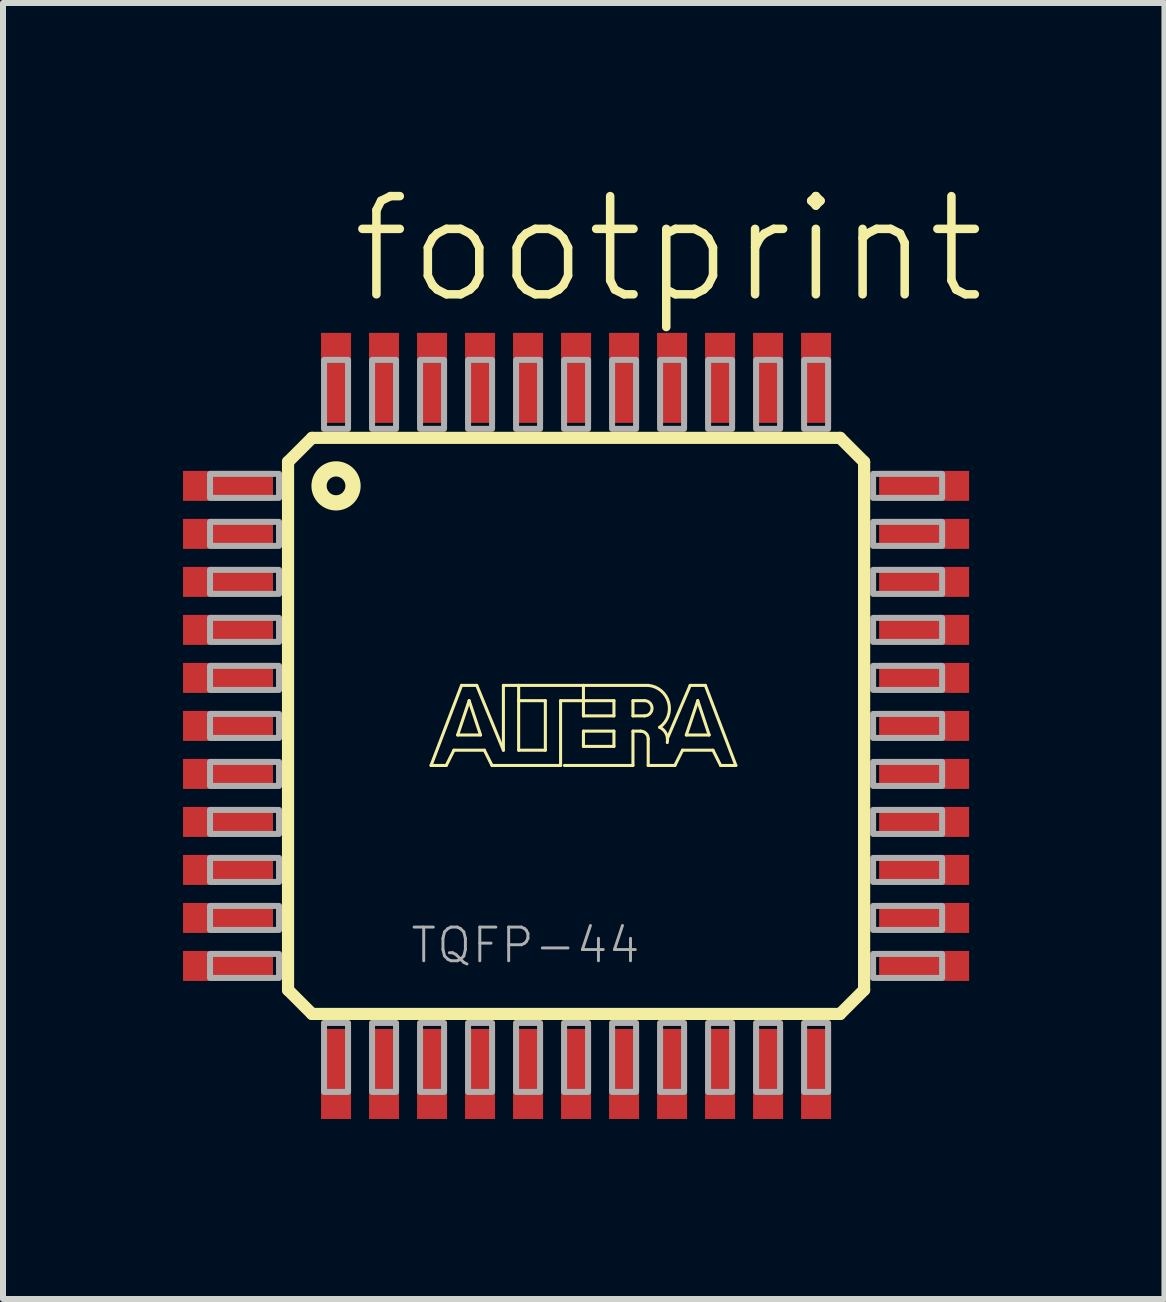
<source format=kicad_pcb>
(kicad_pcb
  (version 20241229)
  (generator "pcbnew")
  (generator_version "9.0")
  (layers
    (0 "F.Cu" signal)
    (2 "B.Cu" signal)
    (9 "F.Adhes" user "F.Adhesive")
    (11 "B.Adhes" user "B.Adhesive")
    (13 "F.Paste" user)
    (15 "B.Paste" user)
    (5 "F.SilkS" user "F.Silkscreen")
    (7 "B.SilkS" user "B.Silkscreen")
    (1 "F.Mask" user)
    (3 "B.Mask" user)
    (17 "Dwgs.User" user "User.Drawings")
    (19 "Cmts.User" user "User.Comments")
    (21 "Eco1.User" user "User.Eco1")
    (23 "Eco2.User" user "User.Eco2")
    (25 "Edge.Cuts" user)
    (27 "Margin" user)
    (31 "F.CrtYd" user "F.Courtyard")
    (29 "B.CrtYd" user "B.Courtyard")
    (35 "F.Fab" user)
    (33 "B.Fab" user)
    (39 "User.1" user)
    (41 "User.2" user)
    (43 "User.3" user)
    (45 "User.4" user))
  (footprint "footprint"
    (layer "F.Cu")
    (at 6.55 9.047)
    (property "Reference" "footprint" (at -3.81 -6.985 0) (layer "F.SilkS") (effects (font (size 1.636 1.636) (thickness 0.142)) (justify left bottom)))
    (fp_line (start -4.8 -4.4) (end -4.4 -4.8) (stroke (width 0.203) (type solid)) (layer "F.SilkS"))
    (fp_line (start -4.8 4.4) (end -4.8 -4.4) (stroke (width 0.203) (type solid)) (layer "F.SilkS"))
    (fp_line (start -4.4 -4.8) (end 4.4 -4.8) (stroke (width 0.203) (type solid)) (layer "F.SilkS"))
    (fp_line (start -4.4 4.8) (end -4.8 4.4) (stroke (width 0.203) (type solid)) (layer "F.SilkS"))
    (fp_line (start -2.417 0.659) (end -1.909 -0.675) (stroke (width 0.051) (type solid)) (layer "F.SilkS"))
    (fp_line (start -2.163 0.659) (end -2.417 0.659) (stroke (width 0.051) (type solid)) (layer "F.SilkS"))
    (fp_line (start -2.036 0.405) (end -2.163 0.659) (stroke (width 0.051) (type solid)) (layer "F.SilkS"))
    (fp_line (start -1.973 0.151) (end -1.592 0.151) (stroke (width 0.051) (type solid)) (layer "F.SilkS"))
    (fp_line (start -1.909 -0.675) (end -1.655 -0.675) (stroke (width 0.051) (type solid)) (layer "F.SilkS"))
    (fp_line (start -1.782 -0.421) (end -1.973 0.151) (stroke (width 0.051) (type solid)) (layer "F.SilkS"))
    (fp_line (start -1.655 -0.675) (end -1.211 0.405) (stroke (width 0.051) (type solid)) (layer "F.SilkS"))
    (fp_line (start -1.592 0.151) (end -1.782 -0.421) (stroke (width 0.051) (type solid)) (layer "F.SilkS"))
    (fp_line (start -1.528 0.405) (end -2.036 0.405) (stroke (width 0.051) (type solid)) (layer "F.SilkS"))
    (fp_line (start -1.401 0.659) (end -1.528 0.405) (stroke (width 0.051) (type solid)) (layer "F.SilkS"))
    (fp_line (start -1.211 -0.675) (end -0.957 -0.675) (stroke (width 0.051) (type solid)) (layer "F.SilkS"))
    (fp_line (start -1.211 0.405) (end -1.211 -0.675) (stroke (width 0.051) (type solid)) (layer "F.SilkS"))
    (fp_line (start -0.957 -0.675) (end -0.957 -0.421) (stroke (width 0.051) (type solid)) (layer "F.SilkS"))
    (fp_line (start -0.957 -0.675) (end 0.123 -0.675) (stroke (width 0.051) (type solid)) (layer "F.SilkS"))
    (fp_line (start -0.957 -0.421) (end -0.957 0.405) (stroke (width 0.051) (type solid)) (layer "F.SilkS"))
    (fp_line (start -0.957 0.405) (end -0.512 0.405) (stroke (width 0.051) (type solid)) (layer "F.SilkS"))
    (fp_line (start -0.512 -0.421) (end -0.957 -0.421) (stroke (width 0.051) (type solid)) (layer "F.SilkS"))
    (fp_line (start -0.512 0.405) (end -0.512 -0.421) (stroke (width 0.051) (type solid)) (layer "F.SilkS"))
    (fp_line (start -0.258 -0.421) (end -0.258 0.659) (stroke (width 0.051) (type solid)) (layer "F.SilkS"))
    (fp_line (start -0.258 0.659) (end -1.401 0.659) (stroke (width 0.051) (type solid)) (layer "F.SilkS"))
    (fp_line (start 0.123 -0.675) (end 0.123 -0.421) (stroke (width 0.051) (type solid)) (layer "F.SilkS"))
    (fp_line (start 0.123 -0.675) (end 1.202 -0.675) (stroke (width 0.051) (type solid)) (layer "F.SilkS"))
    (fp_line (start 0.123 -0.421) (end -0.258 -0.421) (stroke (width 0.051) (type solid)) (layer "F.SilkS"))
    (fp_line (start 0.123 -0.421) (end 0.123 -0.167) (stroke (width 0.051) (type solid)) (layer "F.SilkS"))
    (fp_line (start 0.123 -0.167) (end 0.631 -0.167) (stroke (width 0.051) (type solid)) (layer "F.SilkS"))
    (fp_line (start 0.123 0.087) (end 0.631 0.087) (stroke (width 0.051) (type solid)) (layer "F.SilkS"))
    (fp_line (start 0.123 0.341) (end 0.123 0.087) (stroke (width 0.051) (type solid)) (layer "F.SilkS"))
    (fp_line (start 0.631 -0.421) (end 0.123 -0.421) (stroke (width 0.051) (type solid)) (layer "F.SilkS"))
    (fp_line (start 0.631 -0.167) (end 0.631 -0.421) (stroke (width 0.051) (type solid)) (layer "F.SilkS"))
    (fp_line (start 0.631 0.087) (end 0.631 0.341) (stroke (width 0.051) (type solid)) (layer "F.SilkS"))
    (fp_line (start 0.631 0.341) (end 0.123 0.341) (stroke (width 0.051) (type solid)) (layer "F.SilkS"))
    (fp_line (start 0.948 -0.421) (end 0.948 -0.167) (stroke (width 0.051) (type solid)) (layer "F.SilkS"))
    (fp_line (start 0.948 -0.167) (end 1.139 -0.167) (stroke (width 0.051) (type solid)) (layer "F.SilkS"))
    (fp_line (start 0.948 0.087) (end 0.948 0.659) (stroke (width 0.051) (type solid)) (layer "F.SilkS"))
    (fp_line (start 0.948 0.087) (end 1.075 0.087) (stroke (width 0.051) (type solid)) (layer "F.SilkS"))
    (fp_line (start 0.948 0.659) (end -0.195 0.659) (stroke (width 0.051) (type solid)) (layer "F.SilkS"))
    (fp_line (start 1.139 -0.421) (end 0.948 -0.421) (stroke (width 0.051) (type solid)) (layer "F.SilkS"))
    (fp_line (start 1.202 0.214) (end 1.202 0.659) (stroke (width 0.051) (type solid)) (layer "F.SilkS"))
    (fp_line (start 1.202 0.659) (end 1.647 0.659) (stroke (width 0.051) (type solid)) (layer "F.SilkS"))
    (fp_line (start 1.647 0.659) (end 1.774 0.405) (stroke (width 0.051) (type solid)) (layer "F.SilkS"))
    (fp_line (start 1.774 0.405) (end 2.282 0.405) (stroke (width 0.051) (type solid)) (layer "F.SilkS"))
    (fp_line (start 1.837 0.151) (end 2.028 -0.421) (stroke (width 0.051) (type solid)) (layer "F.SilkS"))
    (fp_line (start 1.901 -0.675) (end 1.52 0.214) (stroke (width 0.051) (type solid)) (layer "F.SilkS"))
    (fp_line (start 2.028 -0.421) (end 2.218 0.151) (stroke (width 0.051) (type solid)) (layer "F.SilkS"))
    (fp_line (start 2.155 -0.675) (end 1.901 -0.675) (stroke (width 0.051) (type solid)) (layer "F.SilkS"))
    (fp_line (start 2.218 0.151) (end 1.837 0.151) (stroke (width 0.051) (type solid)) (layer "F.SilkS"))
    (fp_line (start 2.282 0.405) (end 2.409 0.659) (stroke (width 0.051) (type solid)) (layer "F.SilkS"))
    (fp_line (start 2.409 0.659) (end 2.663 0.659) (stroke (width 0.051) (type solid)) (layer "F.SilkS"))
    (fp_line (start 2.663 0.659) (end 2.155 -0.675) (stroke (width 0.051) (type solid)) (layer "F.SilkS"))
    (fp_line (start 4.4 -4.8) (end 4.8 -4.4) (stroke (width 0.203) (type solid)) (layer "F.SilkS"))
    (fp_line (start 4.4 4.8) (end -4.4 4.8) (stroke (width 0.203) (type solid)) (layer "F.SilkS"))
    (fp_line (start 4.8 -4.4) (end 4.8 4.4) (stroke (width 0.203) (type solid)) (layer "F.SilkS"))
    (fp_line (start 4.8 4.4) (end 4.4 4.8) (stroke (width 0.203) (type solid)) (layer "F.SilkS"))
    (fp_arc (start 1.075 0.087) (mid 1.164803 0.124197) (end 1.202 0.214) (stroke (width 0.0508) (type solid)) (layer "F.SilkS"))
    (fp_arc (start 1.139 -0.421) (mid 1.266 -0.294) (end 1.139 -0.167) (stroke (width 0.0508) (type solid)) (layer "F.SilkS"))
    (fp_arc (start 1.202 -0.675) (mid 1.542014 -0.392329) (end 1.392798 0.023901) (stroke (width 0.0508) (type solid)) (layer "F.SilkS"))
    (fp_arc (start 1.3929 0.0234) (mid 1.5009 0.128252) (end 1.519699 0.2776) (stroke (width 0.0508) (type solid)) (layer "F.SilkS"))
    (fp_circle (center -4 -4) (end -3.717 -4) (stroke (width 0.254) (type solid)) (fill no) (layer "F.SilkS"))
    (fp_poly (pts (xy -6.1 -3.8) (xy -4.95 -3.8) (xy -4.95 -4.2) (xy -6.1 -4.2)) (stroke (width 0.1) (type solid)) (fill no) (layer "F.Fab"))
    (fp_poly (pts (xy -6.1 -3) (xy -4.95 -3) (xy -4.95 -3.4) (xy -6.1 -3.4)) (stroke (width 0.1) (type solid)) (fill no) (layer "F.Fab"))
    (fp_poly (pts (xy -6.1 -2.2) (xy -4.95 -2.2) (xy -4.95 -2.6) (xy -6.1 -2.6)) (stroke (width 0.1) (type solid)) (fill no) (layer "F.Fab"))
    (fp_poly (pts (xy -6.1 -1.4) (xy -4.95 -1.4) (xy -4.95 -1.8) (xy -6.1 -1.8)) (stroke (width 0.1) (type solid)) (fill no) (layer "F.Fab"))
    (fp_poly (pts (xy -6.1 -0.6) (xy -4.95 -0.6) (xy -4.95 -1) (xy -6.1 -1)) (stroke (width 0.1) (type solid)) (fill no) (layer "F.Fab"))
    (fp_poly (pts (xy -6.1 0.2) (xy -4.95 0.2) (xy -4.95 -0.2) (xy -6.1 -0.2)) (stroke (width 0.1) (type solid)) (fill no) (layer "F.Fab"))
    (fp_poly (pts (xy -6.1 1) (xy -4.95 1) (xy -4.95 0.6) (xy -6.1 0.6)) (stroke (width 0.1) (type solid)) (fill no) (layer "F.Fab"))
    (fp_poly (pts (xy -6.1 1.8) (xy -4.95 1.8) (xy -4.95 1.4) (xy -6.1 1.4)) (stroke (width 0.1) (type solid)) (fill no) (layer "F.Fab"))
    (fp_poly (pts (xy -6.1 2.6) (xy -4.95 2.6) (xy -4.95 2.2) (xy -6.1 2.2)) (stroke (width 0.1) (type solid)) (fill no) (layer "F.Fab"))
    (fp_poly (pts (xy -6.1 3.4) (xy -4.95 3.4) (xy -4.95 3) (xy -6.1 3)) (stroke (width 0.1) (type solid)) (fill no) (layer "F.Fab"))
    (fp_poly (pts (xy -6.1 4.2) (xy -4.95 4.2) (xy -4.95 3.8) (xy -6.1 3.8)) (stroke (width 0.1) (type solid)) (fill no) (layer "F.Fab"))
    (fp_poly (pts (xy -4.2 -4.95) (xy -3.8 -4.95) (xy -3.8 -6.1) (xy -4.2 -6.1)) (stroke (width 0.1) (type solid)) (fill no) (layer "F.Fab"))
    (fp_poly (pts (xy -4.2 6.1) (xy -3.8 6.1) (xy -3.8 4.95) (xy -4.2 4.95)) (stroke (width 0.1) (type solid)) (fill no) (layer "F.Fab"))
    (fp_poly (pts (xy -3.4 -4.95) (xy -3 -4.95) (xy -3 -6.1) (xy -3.4 -6.1)) (stroke (width 0.1) (type solid)) (fill no) (layer "F.Fab"))
    (fp_poly (pts (xy -3.4 6.1) (xy -3 6.1) (xy -3 4.95) (xy -3.4 4.95)) (stroke (width 0.1) (type solid)) (fill no) (layer "F.Fab"))
    (fp_poly (pts (xy -2.6 -4.95) (xy -2.2 -4.95) (xy -2.2 -6.1) (xy -2.6 -6.1)) (stroke (width 0.1) (type solid)) (fill no) (layer "F.Fab"))
    (fp_poly (pts (xy -2.6 6.1) (xy -2.2 6.1) (xy -2.2 4.95) (xy -2.6 4.95)) (stroke (width 0.1) (type solid)) (fill no) (layer "F.Fab"))
    (fp_poly (pts (xy -1.8 -4.95) (xy -1.4 -4.95) (xy -1.4 -6.1) (xy -1.8 -6.1)) (stroke (width 0.1) (type solid)) (fill no) (layer "F.Fab"))
    (fp_poly (pts (xy -1.8 6.1) (xy -1.4 6.1) (xy -1.4 4.95) (xy -1.8 4.95)) (stroke (width 0.1) (type solid)) (fill no) (layer "F.Fab"))
    (fp_poly (pts (xy -1 -4.95) (xy -0.6 -4.95) (xy -0.6 -6.1) (xy -1 -6.1)) (stroke (width 0.1) (type solid)) (fill no) (layer "F.Fab"))
    (fp_poly (pts (xy -1 6.1) (xy -0.6 6.1) (xy -0.6 4.95) (xy -1 4.95)) (stroke (width 0.1) (type solid)) (fill no) (layer "F.Fab"))
    (fp_poly (pts (xy -0.2 -4.95) (xy 0.2 -4.95) (xy 0.2 -6.1) (xy -0.2 -6.1)) (stroke (width 0.1) (type solid)) (fill no) (layer "F.Fab"))
    (fp_poly (pts (xy -0.2 6.1) (xy 0.2 6.1) (xy 0.2 4.95) (xy -0.2 4.95)) (stroke (width 0.1) (type solid)) (fill no) (layer "F.Fab"))
    (fp_poly (pts (xy 0.6 -4.95) (xy 1 -4.95) (xy 1 -6.1) (xy 0.6 -6.1)) (stroke (width 0.1) (type solid)) (fill no) (layer "F.Fab"))
    (fp_poly (pts (xy 0.6 6.1) (xy 1 6.1) (xy 1 4.95) (xy 0.6 4.95)) (stroke (width 0.1) (type solid)) (fill no) (layer "F.Fab"))
    (fp_poly (pts (xy 1.4 -4.95) (xy 1.8 -4.95) (xy 1.8 -6.1) (xy 1.4 -6.1)) (stroke (width 0.1) (type solid)) (fill no) (layer "F.Fab"))
    (fp_poly (pts (xy 1.4 6.1) (xy 1.8 6.1) (xy 1.8 4.95) (xy 1.4 4.95)) (stroke (width 0.1) (type solid)) (fill no) (layer "F.Fab"))
    (fp_poly (pts (xy 2.2 -4.95) (xy 2.6 -4.95) (xy 2.6 -6.1) (xy 2.2 -6.1)) (stroke (width 0.1) (type solid)) (fill no) (layer "F.Fab"))
    (fp_poly (pts (xy 2.2 6.1) (xy 2.6 6.1) (xy 2.6 4.95) (xy 2.2 4.95)) (stroke (width 0.1) (type solid)) (fill no) (layer "F.Fab"))
    (fp_poly (pts (xy 3 -4.95) (xy 3.4 -4.95) (xy 3.4 -6.1) (xy 3 -6.1)) (stroke (width 0.1) (type solid)) (fill no) (layer "F.Fab"))
    (fp_poly (pts (xy 3 6.1) (xy 3.4 6.1) (xy 3.4 4.95) (xy 3 4.95)) (stroke (width 0.1) (type solid)) (fill no) (layer "F.Fab"))
    (fp_poly (pts (xy 3.8 -4.95) (xy 4.2 -4.95) (xy 4.2 -6.1) (xy 3.8 -6.1)) (stroke (width 0.1) (type solid)) (fill no) (layer "F.Fab"))
    (fp_poly (pts (xy 3.8 6.1) (xy 4.2 6.1) (xy 4.2 4.95) (xy 3.8 4.95)) (stroke (width 0.1) (type solid)) (fill no) (layer "F.Fab"))
    (fp_poly (pts (xy 4.95 -3.8) (xy 6.1 -3.8) (xy 6.1 -4.2) (xy 4.95 -4.2)) (stroke (width 0.1) (type solid)) (fill no) (layer "F.Fab"))
    (fp_poly (pts (xy 4.95 -3) (xy 6.1 -3) (xy 6.1 -3.4) (xy 4.95 -3.4)) (stroke (width 0.1) (type solid)) (fill no) (layer "F.Fab"))
    (fp_poly (pts (xy 4.95 -2.2) (xy 6.1 -2.2) (xy 6.1 -2.6) (xy 4.95 -2.6)) (stroke (width 0.1) (type solid)) (fill no) (layer "F.Fab"))
    (fp_poly (pts (xy 4.95 -1.4) (xy 6.1 -1.4) (xy 6.1 -1.8) (xy 4.95 -1.8)) (stroke (width 0.1) (type solid)) (fill no) (layer "F.Fab"))
    (fp_poly (pts (xy 4.95 -0.6) (xy 6.1 -0.6) (xy 6.1 -1) (xy 4.95 -1)) (stroke (width 0.1) (type solid)) (fill no) (layer "F.Fab"))
    (fp_poly (pts (xy 4.95 0.2) (xy 6.1 0.2) (xy 6.1 -0.2) (xy 4.95 -0.2)) (stroke (width 0.1) (type solid)) (fill no) (layer "F.Fab"))
    (fp_poly (pts (xy 4.95 1) (xy 6.1 1) (xy 6.1 0.6) (xy 4.95 0.6)) (stroke (width 0.1) (type solid)) (fill no) (layer "F.Fab"))
    (fp_poly (pts (xy 4.95 1.8) (xy 6.1 1.8) (xy 6.1 1.4) (xy 4.95 1.4)) (stroke (width 0.1) (type solid)) (fill no) (layer "F.Fab"))
    (fp_poly (pts (xy 4.95 2.6) (xy 6.1 2.6) (xy 6.1 2.2) (xy 4.95 2.2)) (stroke (width 0.1) (type solid)) (fill no) (layer "F.Fab"))
    (fp_poly (pts (xy 4.95 3.4) (xy 6.1 3.4) (xy 6.1 3) (xy 4.95 3)) (stroke (width 0.1) (type solid)) (fill no) (layer "F.Fab"))
    (fp_poly (pts (xy 4.95 4.2) (xy 6.1 4.2) (xy 6.1 3.8) (xy 4.95 3.8)) (stroke (width 0.1) (type solid)) (fill no) (layer "F.Fab"))
    (fp_text user "TQFP-44" (at -2.785 3.985 0) (layer "F.Fab") (effects (font (size 0.561 0.561) (thickness 0.049)) (justify left bottom)))
    (pad "1" smd rect (at -5.8 -4) (size 1.5 0.5) (layers "F.Cu" "F.Mask" "F.Paste"))
    (pad "2" smd rect (at -5.8 -3.2) (size 1.5 0.5) (layers "F.Cu" "F.Mask" "F.Paste"))
    (pad "3" smd rect (at -5.8 -2.4) (size 1.5 0.5) (layers "F.Cu" "F.Mask" "F.Paste"))
    (pad "4" smd rect (at -5.8 -1.6) (size 1.5 0.5) (layers "F.Cu" "F.Mask" "F.Paste"))
    (pad "5" smd rect (at -5.8 -0.8) (size 1.5 0.5) (layers "F.Cu" "F.Mask" "F.Paste"))
    (pad "6" smd rect (at -5.8 0) (size 1.5 0.5) (layers "F.Cu" "F.Mask" "F.Paste"))
    (pad "7" smd rect (at -5.8 0.8) (size 1.5 0.5) (layers "F.Cu" "F.Mask" "F.Paste"))
    (pad "8" smd rect (at -5.8 1.6) (size 1.5 0.5) (layers "F.Cu" "F.Mask" "F.Paste"))
    (pad "9" smd rect (at -5.8 2.4) (size 1.5 0.5) (layers "F.Cu" "F.Mask" "F.Paste"))
    (pad "10" smd rect (at -5.8 3.2) (size 1.5 0.5) (layers "F.Cu" "F.Mask" "F.Paste"))
    (pad "11" smd rect (at -5.8 4) (size 1.5 0.5) (layers "F.Cu" "F.Mask" "F.Paste"))
    (pad "12" smd rect (at -4 5.8) (size 0.5 1.5) (layers "F.Cu" "F.Mask" "F.Paste"))
    (pad "13" smd rect (at -3.2 5.8) (size 0.5 1.5) (layers "F.Cu" "F.Mask" "F.Paste"))
    (pad "14" smd rect (at -2.4 5.8) (size 0.5 1.5) (layers "F.Cu" "F.Mask" "F.Paste"))
    (pad "15" smd rect (at -1.6 5.8) (size 0.5 1.5) (layers "F.Cu" "F.Mask" "F.Paste"))
    (pad "16" smd rect (at -0.8 5.8) (size 0.5 1.5) (layers "F.Cu" "F.Mask" "F.Paste"))
    (pad "17" smd rect (at 0 5.8) (size 0.5 1.5) (layers "F.Cu" "F.Mask" "F.Paste"))
    (pad "18" smd rect (at 0.8 5.8) (size 0.5 1.5) (layers "F.Cu" "F.Mask" "F.Paste"))
    (pad "19" smd rect (at 1.6 5.8) (size 0.5 1.5) (layers "F.Cu" "F.Mask" "F.Paste"))
    (pad "20" smd rect (at 2.4 5.8) (size 0.5 1.5) (layers "F.Cu" "F.Mask" "F.Paste"))
    (pad "21" smd rect (at 3.2 5.8) (size 0.5 1.5) (layers "F.Cu" "F.Mask" "F.Paste"))
    (pad "22" smd rect (at 4 5.8) (size 0.5 1.5) (layers "F.Cu" "F.Mask" "F.Paste"))
    (pad "23" smd rect (at 5.8 4) (size 1.5 0.5) (layers "F.Cu" "F.Mask" "F.Paste"))
    (pad "24" smd rect (at 5.8 3.2) (size 1.5 0.5) (layers "F.Cu" "F.Mask" "F.Paste"))
    (pad "25" smd rect (at 5.8 2.4) (size 1.5 0.5) (layers "F.Cu" "F.Mask" "F.Paste"))
    (pad "26" smd rect (at 5.8 1.6) (size 1.5 0.5) (layers "F.Cu" "F.Mask" "F.Paste"))
    (pad "27" smd rect (at 5.8 0.8) (size 1.5 0.5) (layers "F.Cu" "F.Mask" "F.Paste"))
    (pad "28" smd rect (at 5.8 0) (size 1.5 0.5) (layers "F.Cu" "F.Mask" "F.Paste"))
    (pad "29" smd rect (at 5.8 -0.8) (size 1.5 0.5) (layers "F.Cu" "F.Mask" "F.Paste"))
    (pad "30" smd rect (at 5.8 -1.6) (size 1.5 0.5) (layers "F.Cu" "F.Mask" "F.Paste"))
    (pad "31" smd rect (at 5.8 -2.4) (size 1.5 0.5) (layers "F.Cu" "F.Mask" "F.Paste"))
    (pad "32" smd rect (at 5.8 -3.2) (size 1.5 0.5) (layers "F.Cu" "F.Mask" "F.Paste"))
    (pad "33" smd rect (at 5.8 -4) (size 1.5 0.5) (layers "F.Cu" "F.Mask" "F.Paste"))
    (pad "34" smd rect (at 4 -5.8) (size 0.5 1.5) (layers "F.Cu" "F.Mask" "F.Paste"))
    (pad "35" smd rect (at 3.2 -5.8) (size 0.5 1.5) (layers "F.Cu" "F.Mask" "F.Paste"))
    (pad "36" smd rect (at 2.4 -5.8) (size 0.5 1.5) (layers "F.Cu" "F.Mask" "F.Paste"))
    (pad "37" smd rect (at 1.6 -5.8) (size 0.5 1.5) (layers "F.Cu" "F.Mask" "F.Paste"))
    (pad "38" smd rect (at 0.8 -5.8) (size 0.5 1.5) (layers "F.Cu" "F.Mask" "F.Paste"))
    (pad "39" smd rect (at 0 -5.8) (size 0.5 1.5) (layers "F.Cu" "F.Mask" "F.Paste"))
    (pad "40" smd rect (at -0.8 -5.8) (size 0.5 1.5) (layers "F.Cu" "F.Mask" "F.Paste"))
    (pad "41" smd rect (at -1.6 -5.8) (size 0.5 1.5) (layers "F.Cu" "F.Mask" "F.Paste"))
    (pad "42" smd rect (at -2.4 -5.8) (size 0.5 1.5) (layers "F.Cu" "F.Mask" "F.Paste"))
    (pad "43" smd rect (at -3.2 -5.8) (size 0.5 1.5) (layers "F.Cu" "F.Mask" "F.Paste"))
    (pad "44" smd rect (at -4 -5.8) (size 0.5 1.5) (layers "F.Cu" "F.Mask" "F.Paste")))
  (gr_rect
    (start -3 -3)
    (end 16.355 18.597)
    (stroke (width 0.1) (type default))
    (fill no)
    (layer "Edge.Cuts")))
</source>
